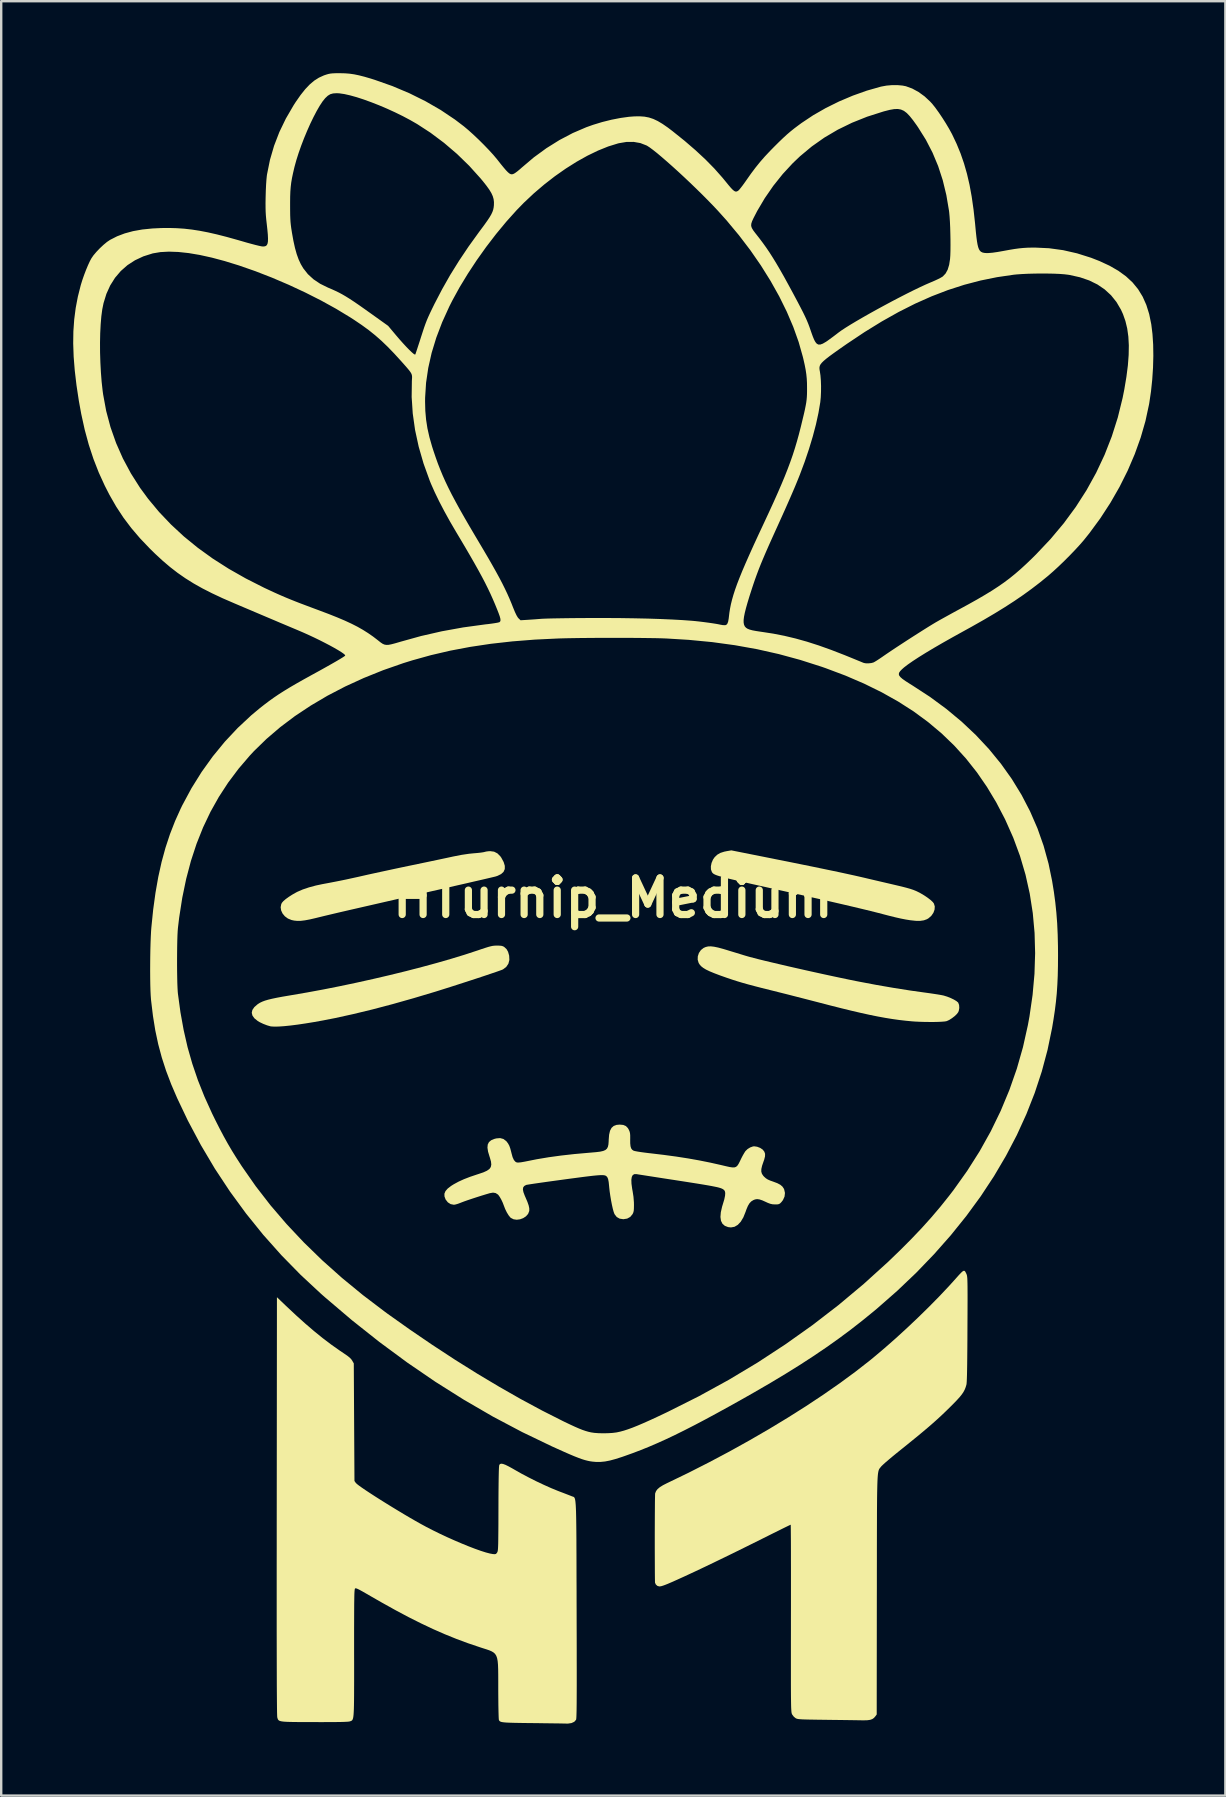
<source format=kicad_pcb>
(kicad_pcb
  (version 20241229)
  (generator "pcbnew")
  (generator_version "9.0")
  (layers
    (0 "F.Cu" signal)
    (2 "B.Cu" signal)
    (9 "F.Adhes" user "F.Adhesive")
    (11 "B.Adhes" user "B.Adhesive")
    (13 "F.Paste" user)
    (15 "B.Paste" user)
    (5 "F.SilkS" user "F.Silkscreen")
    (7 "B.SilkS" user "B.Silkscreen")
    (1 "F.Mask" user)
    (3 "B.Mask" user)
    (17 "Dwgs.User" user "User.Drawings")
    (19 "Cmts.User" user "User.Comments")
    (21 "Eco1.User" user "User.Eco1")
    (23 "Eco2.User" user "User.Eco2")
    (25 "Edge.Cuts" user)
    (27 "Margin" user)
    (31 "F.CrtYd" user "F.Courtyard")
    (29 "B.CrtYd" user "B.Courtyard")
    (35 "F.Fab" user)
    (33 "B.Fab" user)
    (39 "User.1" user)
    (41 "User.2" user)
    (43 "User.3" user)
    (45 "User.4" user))
  (footprint "HTurnip_Medium"
    (layer "F.Cu")
    (at 22.488 34.362)
    (property "Reference" "HTurnip_Medium" (at 0 0 0) (layer "F.SilkS") (effects (font (size 1.524 1.524) (thickness 0.3))))
    (attr board_only exclude_from_pos_files exclude_from_bom)
    (fp_poly (pts (xy -4.713 1.987) (xy -4.633 1.997) (xy -4.573 2.017) (xy -4.523 2.048) (xy -4.433 2.132) (xy -4.37 2.244) (xy -4.327 2.395) (xy -4.324 2.412) (xy -4.316 2.585) (xy -4.357 2.74) (xy -4.445 2.871) (xy -4.578 2.973) (xy -4.595 2.982) (xy -4.644 3.002) (xy -4.739 3.036) (xy -4.875 3.084) (xy -5.047 3.142) (xy -5.247 3.21) (xy -5.472 3.285) (xy -5.714 3.365) (xy -5.969 3.448) (xy -6.231 3.533) (xy -6.494 3.618) (xy -6.752 3.701) (xy -6.999 3.779) (xy -7.231 3.852) (xy -7.39 3.902) (xy -8.303 4.175) (xy -9.18 4.423) (xy -10.018 4.644) (xy -10.816 4.837) (xy -11.57 5.003) (xy -12.07 5.101) (xy -12.447 5.169) (xy -12.801 5.227) (xy -13.13 5.276) (xy -13.429 5.314) (xy -13.693 5.341) (xy -13.919 5.357) (xy -14.101 5.361) (xy -14.236 5.353) (xy -14.274 5.347) (xy -14.414 5.306) (xy -14.572 5.245) (xy -14.72 5.174) (xy -14.8 5.126) (xy -14.937 5.016) (xy -15.02 4.901) (xy -15.049 4.784) (xy -15.023 4.666) (xy -14.942 4.548) (xy -14.807 4.43) (xy -14.785 4.415) (xy -14.705 4.365) (xy -14.613 4.321) (xy -14.502 4.279) (xy -14.367 4.239) (xy -14.203 4.199) (xy -14.003 4.157) (xy -13.762 4.112) (xy -13.473 4.063) (xy -13.402 4.051) (xy -12.746 3.938) (xy -12.069 3.813) (xy -11.379 3.676) (xy -10.682 3.529) (xy -9.985 3.374) (xy -9.295 3.213) (xy -8.619 3.047) (xy -7.963 2.877) (xy -7.334 2.706) (xy -6.74 2.535) (xy -6.186 2.366) (xy -5.68 2.2) (xy -5.666 2.196) (xy -5.467 2.128) (xy -5.311 2.077) (xy -5.19 2.039) (xy -5.094 2.014) (xy -5.015 1.997) (xy -4.945 1.989) (xy -4.875 1.985) (xy -4.831 1.985)) (stroke (width 0) (type solid)) (fill yes) (layer "F.SilkS"))
    (fp_poly (pts (xy 6.277 -1.715) (xy 6.875 -1.595) (xy 7.421 -1.486) (xy 7.92 -1.385) (xy 8.372 -1.293) (xy 8.782 -1.208) (xy 9.152 -1.131) (xy 9.485 -1.061) (xy 9.783 -0.996) (xy 10.049 -0.938) (xy 10.286 -0.884) (xy 10.456 -0.845) (xy 10.692 -0.789) (xy 10.957 -0.727) (xy 11.23 -0.663) (xy 11.493 -0.602) (xy 11.727 -0.547) (xy 11.791 -0.532) (xy 12.031 -0.475) (xy 12.226 -0.425) (xy 12.384 -0.38) (xy 12.513 -0.337) (xy 12.622 -0.293) (xy 12.664 -0.274) (xy 12.818 -0.195) (xy 12.971 -0.104) (xy 13.113 -0.008) (xy 13.235 0.086) (xy 13.325 0.17) (xy 13.371 0.231) (xy 13.408 0.353) (xy 13.399 0.487) (xy 13.35 0.62) (xy 13.264 0.744) (xy 13.147 0.847) (xy 13.078 0.887) (xy 12.953 0.932) (xy 12.803 0.954) (xy 12.619 0.953) (xy 12.394 0.929) (xy 12.385 0.928) (xy 12.199 0.898) (xy 11.998 0.859) (xy 11.773 0.808) (xy 11.514 0.744) (xy 11.325 0.695) (xy 11.046 0.622) (xy 10.733 0.543) (xy 10.382 0.458) (xy 9.993 0.365) (xy 9.561 0.264) (xy 9.085 0.154) (xy 8.562 0.036) (xy 7.991 -0.092) (xy 7.472 -0.207) (xy 6.988 -0.315) (xy 6.554 -0.411) (xy 6.168 -0.497) (xy 5.826 -0.573) (xy 5.527 -0.641) (xy 5.267 -0.7) (xy 5.042 -0.753) (xy 4.851 -0.798) (xy 4.691 -0.838) (xy 4.557 -0.873) (xy 4.449 -0.904) (xy 4.362 -0.931) (xy 4.294 -0.955) (xy 4.242 -0.978) (xy 4.203 -0.999) (xy 4.174 -1.019) (xy 4.152 -1.04) (xy 4.135 -1.061) (xy 4.123 -1.079) (xy 4.083 -1.186) (xy 4.079 -1.318) (xy 4.108 -1.46) (xy 4.167 -1.598) (xy 4.236 -1.698) (xy 4.345 -1.802) (xy 4.475 -1.877) (xy 4.638 -1.929) (xy 4.736 -1.949) (xy 4.932 -1.983)) (stroke (width 0) (type solid)) (fill yes) (layer "F.SilkS"))
    (fp_poly (pts (xy -4.952 -1.928) (xy -4.813 -1.857) (xy -4.693 -1.736) (xy -4.652 -1.678) (xy -4.554 -1.497) (xy -4.506 -1.339) (xy -4.507 -1.203) (xy -4.558 -1.089) (xy -4.66 -0.995) (xy -4.812 -0.92) (xy -4.899 -0.892) (xy -4.946 -0.881) (xy -5.043 -0.858) (xy -5.186 -0.824) (xy -5.37 -0.781) (xy -5.594 -0.729) (xy -5.852 -0.67) (xy -6.14 -0.603) (xy -6.457 -0.531) (xy -6.797 -0.453) (xy -7.156 -0.37) (xy -7.532 -0.285) (xy -7.869 -0.208) (xy -8.407 -0.085) (xy -8.895 0.026) (xy -9.336 0.127) (xy -9.733 0.218) (xy -10.09 0.3) (xy -10.41 0.373) (xy -10.696 0.439) (xy -10.951 0.497) (xy -11.179 0.55) (xy -11.383 0.597) (xy -11.565 0.64) (xy -11.73 0.679) (xy -11.881 0.715) (xy -12.02 0.748) (xy -12.151 0.78) (xy -12.278 0.811) (xy -12.383 0.837) (xy -12.628 0.894) (xy -12.831 0.932) (xy -13.002 0.953) (xy -13.149 0.956) (xy -13.281 0.943) (xy -13.392 0.919) (xy -13.544 0.857) (xy -13.67 0.764) (xy -13.765 0.649) (xy -13.825 0.52) (xy -13.845 0.386) (xy -13.82 0.257) (xy -13.792 0.201) (xy -13.732 0.132) (xy -13.634 0.047) (xy -13.505 -0.046) (xy -13.357 -0.141) (xy -13.201 -0.229) (xy -13.145 -0.258) (xy -12.926 -0.353) (xy -12.665 -0.441) (xy -12.376 -0.519) (xy -12.112 -0.575) (xy -11.823 -0.629) (xy -11.57 -0.678) (xy -11.337 -0.724) (xy -11.11 -0.771) (xy -10.872 -0.823) (xy -10.607 -0.881) (xy -10.388 -0.931) (xy -10.198 -0.974) (xy -9.965 -1.025) (xy -9.699 -1.083) (xy -9.41 -1.145) (xy -9.109 -1.21) (xy -8.807 -1.274) (xy -8.512 -1.336) (xy -8.404 -1.358) (xy -8.128 -1.416) (xy -7.849 -1.474) (xy -7.577 -1.531) (xy -7.32 -1.585) (xy -7.085 -1.635) (xy -6.883 -1.678) (xy -6.721 -1.713) (xy -6.651 -1.728) (xy -6.309 -1.795) (xy -6 -1.841) (xy -5.786 -1.862) (xy -5.644 -1.874) (xy -5.515 -1.888) (xy -5.413 -1.903) (xy -5.351 -1.916) (xy -5.348 -1.918) (xy -5.275 -1.935) (xy -5.176 -1.947) (xy -5.113 -1.95)) (stroke (width 0) (type solid)) (fill yes) (layer "F.SilkS"))
    (fp_poly (pts (xy 4.216 2.032) (xy 4.384 2.067) (xy 4.591 2.123) (xy 4.721 2.162) (xy 4.907 2.219) (xy 5.108 2.28) (xy 5.304 2.34) (xy 5.476 2.393) (xy 5.543 2.413) (xy 5.679 2.452) (xy 5.864 2.501) (xy 6.091 2.559) (xy 6.355 2.624) (xy 6.651 2.694) (xy 6.973 2.77) (xy 7.315 2.85) (xy 7.671 2.931) (xy 8.037 3.014) (xy 8.407 3.096) (xy 8.775 3.177) (xy 9.136 3.255) (xy 9.484 3.329) (xy 9.813 3.398) (xy 10.118 3.46) (xy 10.251 3.486) (xy 10.974 3.623) (xy 11.691 3.747) (xy 12.388 3.857) (xy 12.987 3.941) (xy 13.178 3.967) (xy 13.361 3.994) (xy 13.525 4.019) (xy 13.659 4.042) (xy 13.755 4.061) (xy 13.781 4.067) (xy 13.926 4.112) (xy 14.07 4.169) (xy 14.201 4.232) (xy 14.307 4.295) (xy 14.375 4.351) (xy 14.385 4.364) (xy 14.421 4.461) (xy 14.429 4.582) (xy 14.408 4.702) (xy 14.385 4.759) (xy 14.327 4.837) (xy 14.235 4.925) (xy 14.123 5.011) (xy 14.008 5.084) (xy 13.905 5.131) (xy 13.904 5.131) (xy 13.832 5.145) (xy 13.715 5.155) (xy 13.562 5.163) (xy 13.383 5.167) (xy 13.187 5.167) (xy 12.983 5.165) (xy 12.781 5.159) (xy 12.591 5.15) (xy 12.467 5.141) (xy 12.194 5.115) (xy 11.918 5.083) (xy 11.635 5.043) (xy 11.34 4.995) (xy 11.028 4.938) (xy 10.693 4.87) (xy 10.33 4.79) (xy 9.935 4.698) (xy 9.502 4.592) (xy 9.027 4.472) (xy 8.567 4.352) (xy 8.28 4.278) (xy 7.959 4.195) (xy 7.619 4.108) (xy 7.277 4.02) (xy 6.949 3.938) (xy 6.651 3.863) (xy 6.542 3.836) (xy 6.198 3.75) (xy 5.899 3.673) (xy 5.636 3.603) (xy 5.398 3.536) (xy 5.178 3.47) (xy 4.966 3.402) (xy 4.753 3.33) (xy 4.529 3.251) (xy 4.461 3.227) (xy 4.221 3.136) (xy 4.028 3.056) (xy 3.876 2.983) (xy 3.759 2.912) (xy 3.671 2.842) (xy 3.607 2.767) (xy 3.57 2.707) (xy 3.53 2.573) (xy 3.535 2.431) (xy 3.581 2.292) (xy 3.664 2.171) (xy 3.775 2.083) (xy 3.866 2.043) (xy 3.964 2.02) (xy 4.079 2.016)) (stroke (width 0) (type solid)) (fill yes) (layer "F.SilkS"))
    (fp_poly (pts (xy 14.647 15.536) (xy 14.678 15.568) (xy 14.708 15.625) (xy 14.73 15.673) (xy 14.739 15.696) (xy 14.747 15.723) (xy 14.753 15.757) (xy 14.759 15.804) (xy 14.764 15.865) (xy 14.767 15.945) (xy 14.77 16.048) (xy 14.772 16.177) (xy 14.773 16.337) (xy 14.774 16.53) (xy 14.774 16.761) (xy 14.773 17.033) (xy 14.772 17.35) (xy 14.77 17.715) (xy 14.769 17.973) (xy 14.767 18.411) (xy 14.764 18.797) (xy 14.761 19.133) (xy 14.758 19.421) (xy 14.754 19.664) (xy 14.75 19.863) (xy 14.745 20.021) (xy 14.74 20.141) (xy 14.734 20.225) (xy 14.727 20.274) (xy 14.726 20.281) (xy 14.693 20.389) (xy 14.654 20.487) (xy 14.604 20.582) (xy 14.538 20.68) (xy 14.451 20.789) (xy 14.337 20.915) (xy 14.193 21.065) (xy 14.032 21.226) (xy 13.859 21.395) (xy 13.687 21.559) (xy 13.51 21.722) (xy 13.323 21.889) (xy 13.12 22.065) (xy 12.897 22.253) (xy 12.647 22.46) (xy 12.365 22.689) (xy 12.047 22.946) (xy 11.96 23.016) (xy 11.786 23.156) (xy 11.623 23.29) (xy 11.477 23.413) (xy 11.352 23.52) (xy 11.256 23.607) (xy 11.193 23.667) (xy 11.176 23.686) (xy 11.155 23.713) (xy 11.135 23.736) (xy 11.117 23.758) (xy 11.101 23.781) (xy 11.086 23.808) (xy 11.073 23.841) (xy 11.061 23.882) (xy 11.051 23.933) (xy 11.041 23.998) (xy 11.033 24.079) (xy 11.026 24.177) (xy 11.02 24.296) (xy 11.015 24.437) (xy 11.011 24.604) (xy 11.007 24.797) (xy 11.004 25.021) (xy 11.002 25.277) (xy 11 25.568) (xy 10.999 25.895) (xy 10.998 26.262) (xy 10.997 26.671) (xy 10.996 27.124) (xy 10.996 27.623) (xy 10.995 28.171) (xy 10.995 28.771) (xy 10.994 29.048) (xy 10.989 34.018) (xy 10.933 34.095) (xy 10.873 34.164) (xy 10.803 34.212) (xy 10.714 34.243) (xy 10.595 34.259) (xy 10.436 34.263) (xy 10.36 34.262) (xy 10.26 34.26) (xy 10.113 34.258) (xy 9.928 34.255) (xy 9.711 34.252) (xy 9.472 34.249) (xy 9.217 34.246) (xy 8.956 34.243) (xy 8.868 34.241) (xy 8.584 34.238) (xy 8.35 34.234) (xy 8.16 34.231) (xy 8.009 34.227) (xy 7.892 34.223) (xy 7.803 34.217) (xy 7.737 34.211) (xy 7.689 34.203) (xy 7.654 34.193) (xy 7.626 34.181) (xy 7.609 34.172) (xy 7.533 34.109) (xy 7.47 34.026) (xy 7.462 34.011) (xy 7.455 33.995) (xy 7.448 33.976) (xy 7.442 33.951) (xy 7.437 33.917) (xy 7.433 33.872) (xy 7.429 33.813) (xy 7.425 33.737) (xy 7.422 33.641) (xy 7.42 33.523) (xy 7.418 33.381) (xy 7.416 33.21) (xy 7.415 33.009) (xy 7.414 32.775) (xy 7.414 32.505) (xy 7.414 32.197) (xy 7.414 31.847) (xy 7.414 31.453) (xy 7.414 31.012) (xy 7.415 30.522) (xy 7.415 30.009) (xy 7.416 29.552) (xy 7.416 29.11) (xy 7.416 28.686) (xy 7.416 28.284) (xy 7.416 27.906) (xy 7.415 27.556) (xy 7.415 27.236) (xy 7.414 26.95) (xy 7.413 26.701) (xy 7.411 26.491) (xy 7.41 26.324) (xy 7.408 26.204) (xy 7.407 26.132) (xy 7.405 26.112) (xy 7.378 26.124) (xy 7.307 26.158) (xy 7.197 26.211) (xy 7.053 26.282) (xy 6.879 26.369) (xy 6.68 26.467) (xy 6.462 26.576) (xy 6.236 26.689) (xy 5.586 27.012) (xy 4.974 27.314) (xy 4.402 27.592) (xy 3.873 27.847) (xy 3.387 28.077) (xy 2.947 28.281) (xy 2.872 28.315) (xy 2.638 28.421) (xy 2.447 28.506) (xy 2.294 28.572) (xy 2.174 28.62) (xy 2.082 28.653) (xy 2.011 28.674) (xy 1.956 28.683) (xy 1.929 28.684) (xy 1.85 28.661) (xy 1.785 28.602) (xy 1.752 28.527) (xy 1.751 28.513) (xy 1.748 28.337) (xy 1.746 28.128) (xy 1.745 27.892) (xy 1.744 27.635) (xy 1.743 27.362) (xy 1.742 27.079) (xy 1.742 26.79) (xy 1.742 26.502) (xy 1.743 26.219) (xy 1.744 25.947) (xy 1.745 25.692) (xy 1.747 25.458) (xy 1.748 25.252) (xy 1.75 25.078) (xy 1.753 24.942) (xy 1.755 24.849) (xy 1.758 24.806) (xy 1.759 24.804) (xy 1.795 24.713) (xy 1.856 24.631) (xy 1.95 24.551) (xy 2.083 24.468) (xy 2.261 24.377) (xy 2.281 24.368) (xy 3.147 23.949) (xy 4.006 23.512) (xy 4.854 23.062) (xy 5.687 22.599) (xy 6.5 22.128) (xy 7.288 21.651) (xy 8.047 21.171) (xy 8.772 20.69) (xy 9.458 20.212) (xy 10.101 19.739) (xy 10.697 19.274) (xy 10.844 19.154) (xy 11.297 18.772) (xy 11.764 18.362) (xy 12.235 17.932) (xy 12.703 17.489) (xy 13.158 17.044) (xy 13.592 16.603) (xy 13.995 16.176) (xy 14.282 15.858) (xy 14.403 15.722) (xy 14.495 15.624) (xy 14.562 15.562) (xy 14.61 15.534)) (stroke (width 0) (type solid)) (fill yes) (layer "F.SilkS"))
    (fp_poly (pts (xy -13.631 16.987) (xy -13.214 17.378) (xy -12.824 17.729) (xy -12.453 18.047) (xy -12.097 18.336) (xy -11.748 18.601) (xy -11.4 18.847) (xy -11.207 18.977) (xy -11.07 19.071) (xy -10.973 19.148) (xy -10.906 19.216) (xy -10.865 19.275) (xy -10.798 19.392) (xy -10.784 21.842) (xy -10.77 24.291) (xy -10.711 24.374) (xy -10.666 24.417) (xy -10.579 24.485) (xy -10.454 24.574) (xy -10.297 24.681) (xy -10.112 24.803) (xy -9.904 24.938) (xy -9.678 25.081) (xy -9.44 25.23) (xy -9.193 25.382) (xy -8.943 25.534) (xy -8.695 25.683) (xy -8.454 25.825) (xy -8.225 25.957) (xy -8.012 26.077) (xy -7.82 26.181) (xy -7.803 26.191) (xy -7.516 26.339) (xy -7.217 26.486) (xy -6.913 26.629) (xy -6.608 26.765) (xy -6.309 26.893) (xy -6.023 27.01) (xy -5.755 27.113) (xy -5.511 27.2) (xy -5.298 27.268) (xy -5.123 27.314) (xy -5.006 27.335) (xy -4.926 27.341) (xy -4.878 27.331) (xy -4.843 27.296) (xy -4.827 27.273) (xy -4.817 27.255) (xy -4.808 27.232) (xy -4.8 27.2) (xy -4.794 27.154) (xy -4.789 27.091) (xy -4.785 27.007) (xy -4.781 26.897) (xy -4.779 26.757) (xy -4.777 26.583) (xy -4.775 26.372) (xy -4.773 26.118) (xy -4.772 25.818) (xy -4.771 25.468) (xy -4.771 25.437) (xy -4.77 25.049) (xy -4.768 24.713) (xy -4.765 24.427) (xy -4.762 24.189) (xy -4.758 23.995) (xy -4.754 23.844) (xy -4.749 23.734) (xy -4.743 23.661) (xy -4.736 23.623) (xy -4.734 23.619) (xy -4.702 23.583) (xy -4.652 23.57) (xy -4.579 23.581) (xy -4.479 23.618) (xy -4.347 23.683) (xy -4.176 23.777) (xy -4.09 23.827) (xy -3.815 23.983) (xy -3.512 24.143) (xy -3.195 24.303) (xy -2.877 24.453) (xy -2.573 24.589) (xy -2.297 24.702) (xy -2.231 24.728) (xy -2.082 24.784) (xy -1.943 24.838) (xy -1.826 24.883) (xy -1.742 24.916) (xy -1.716 24.927) (xy -1.692 24.936) (xy -1.67 24.942) (xy -1.65 24.949) (xy -1.632 24.958) (xy -1.616 24.972) (xy -1.601 24.993) (xy -1.588 25.025) (xy -1.577 25.068) (xy -1.567 25.126) (xy -1.559 25.202) (xy -1.551 25.297) (xy -1.545 25.414) (xy -1.539 25.556) (xy -1.535 25.724) (xy -1.531 25.922) (xy -1.528 26.152) (xy -1.525 26.417) (xy -1.523 26.718) (xy -1.522 27.058) (xy -1.52 27.439) (xy -1.519 27.865) (xy -1.518 28.338) (xy -1.516 28.859) (xy -1.515 29.432) (xy -1.514 29.654) (xy -1.513 30.251) (xy -1.511 30.796) (xy -1.51 31.291) (xy -1.51 31.738) (xy -1.509 32.139) (xy -1.509 32.497) (xy -1.509 32.814) (xy -1.51 33.092) (xy -1.511 33.333) (xy -1.512 33.541) (xy -1.514 33.716) (xy -1.516 33.862) (xy -1.519 33.98) (xy -1.522 34.074) (xy -1.525 34.144) (xy -1.529 34.194) (xy -1.534 34.226) (xy -1.538 34.241) (xy -1.612 34.324) (xy -1.728 34.377) (xy -1.877 34.399) (xy -1.93 34.399) (xy -1.991 34.397) (xy -2.1 34.395) (xy -2.252 34.392) (xy -2.439 34.39) (xy -2.655 34.387) (xy -2.895 34.384) (xy -3.15 34.38) (xy -3.353 34.378) (xy -3.659 34.375) (xy -3.915 34.371) (xy -4.125 34.367) (xy -4.295 34.362) (xy -4.429 34.356) (xy -4.532 34.348) (xy -4.608 34.338) (xy -4.663 34.326) (xy -4.7 34.31) (xy -4.725 34.291) (xy -4.742 34.268) (xy -4.752 34.248) (xy -4.757 34.212) (xy -4.762 34.126) (xy -4.766 33.997) (xy -4.77 33.83) (xy -4.774 33.632) (xy -4.776 33.407) (xy -4.778 33.162) (xy -4.779 32.951) (xy -4.779 32.63) (xy -4.78 32.358) (xy -4.783 32.131) (xy -4.79 31.944) (xy -4.804 31.793) (xy -4.827 31.671) (xy -4.861 31.575) (xy -4.908 31.5) (xy -4.97 31.44) (xy -5.05 31.391) (xy -5.15 31.347) (xy -5.272 31.305) (xy -5.418 31.259) (xy -5.55 31.216) (xy -6.041 31.05) (xy -6.525 30.87) (xy -7.009 30.674) (xy -7.499 30.459) (xy -8 30.222) (xy -8.52 29.961) (xy -9.064 29.671) (xy -9.639 29.351) (xy -10.096 29.089) (xy -10.284 28.98) (xy -10.431 28.896) (xy -10.542 28.835) (xy -10.623 28.794) (xy -10.678 28.771) (xy -10.715 28.762) (xy -10.738 28.766) (xy -10.747 28.772) (xy -10.753 28.785) (xy -10.759 28.81) (xy -10.764 28.852) (xy -10.769 28.914) (xy -10.773 28.997) (xy -10.776 29.107) (xy -10.778 29.245) (xy -10.781 29.414) (xy -10.782 29.619) (xy -10.783 29.862) (xy -10.784 30.146) (xy -10.785 30.474) (xy -10.785 30.849) (xy -10.785 31.275) (xy -10.785 31.444) (xy -10.784 31.896) (xy -10.784 32.297) (xy -10.784 32.65) (xy -10.785 32.957) (xy -10.786 33.222) (xy -10.788 33.449) (xy -10.791 33.64) (xy -10.795 33.798) (xy -10.801 33.928) (xy -10.808 34.031) (xy -10.817 34.111) (xy -10.828 34.172) (xy -10.842 34.216) (xy -10.857 34.247) (xy -10.875 34.268) (xy -10.896 34.282) (xy -10.92 34.292) (xy -10.947 34.302) (xy -10.954 34.305) (xy -10.989 34.313) (xy -11.05 34.32) (xy -11.14 34.325) (xy -11.263 34.33) (xy -11.423 34.333) (xy -11.624 34.335) (xy -11.869 34.336) (xy -12.162 34.337) (xy -12.43 34.336) (xy -12.754 34.335) (xy -13.028 34.335) (xy -13.257 34.333) (xy -13.443 34.33) (xy -13.593 34.325) (xy -13.709 34.318) (xy -13.798 34.307) (xy -13.863 34.293) (xy -13.908 34.275) (xy -13.938 34.252) (xy -13.958 34.224) (xy -13.971 34.19) (xy -13.983 34.15) (xy -13.986 34.138) (xy -13.989 34.108) (xy -13.992 34.04) (xy -13.995 33.933) (xy -13.997 33.786) (xy -13.999 33.598) (xy -14.001 33.369) (xy -14.003 33.097) (xy -14.005 32.781) (xy -14.006 32.421) (xy -14.007 32.016) (xy -14.008 31.565) (xy -14.009 31.067) (xy -14.01 30.521) (xy -14.01 29.927) (xy -14.01 29.283) (xy -14.01 28.588) (xy -14.01 27.843) (xy -14.009 27.045) (xy -14.009 26.194) (xy -14.008 25.335) (xy -14 16.634)) (stroke (width 0) (type solid)) (fill yes) (layer "F.SilkS"))
    (fp_poly (pts (xy 0.43 9.457) (xy 0.539 9.503) (xy 0.622 9.588) (xy 0.663 9.661) (xy 0.692 9.729) (xy 0.71 9.798) (xy 0.718 9.884) (xy 0.719 10.003) (xy 0.718 10.059) (xy 0.719 10.225) (xy 0.732 10.346) (xy 0.758 10.432) (xy 0.801 10.49) (xy 0.854 10.527) (xy 0.909 10.544) (xy 1.011 10.564) (xy 1.155 10.587) (xy 1.332 10.611) (xy 1.536 10.636) (xy 1.542 10.636) (xy 2.111 10.704) (xy 2.637 10.775) (xy 3.131 10.852) (xy 3.603 10.936) (xy 4.064 11.029) (xy 4.509 11.129) (xy 4.707 11.176) (xy 4.86 11.21) (xy 4.976 11.227) (xy 5.062 11.226) (xy 5.128 11.203) (xy 5.182 11.156) (xy 5.232 11.082) (xy 5.286 10.977) (xy 5.35 10.843) (xy 5.407 10.733) (xy 5.467 10.629) (xy 5.517 10.551) (xy 5.522 10.545) (xy 5.609 10.461) (xy 5.719 10.393) (xy 5.832 10.353) (xy 5.882 10.347) (xy 6.007 10.365) (xy 6.135 10.414) (xy 6.238 10.484) (xy 6.243 10.489) (xy 6.307 10.571) (xy 6.338 10.66) (xy 6.335 10.767) (xy 6.301 10.903) (xy 6.272 10.984) (xy 6.213 11.157) (xy 6.182 11.293) (xy 6.18 11.402) (xy 6.207 11.493) (xy 6.264 11.578) (xy 6.302 11.618) (xy 6.372 11.68) (xy 6.45 11.73) (xy 6.551 11.775) (xy 6.679 11.82) (xy 6.849 11.884) (xy 6.973 11.95) (xy 7.061 12.025) (xy 7.121 12.114) (xy 7.133 12.142) (xy 7.166 12.29) (xy 7.149 12.441) (xy 7.083 12.587) (xy 7.021 12.668) (xy 6.967 12.723) (xy 6.919 12.753) (xy 6.859 12.766) (xy 6.765 12.768) (xy 6.756 12.768) (xy 6.651 12.763) (xy 6.558 12.743) (xy 6.455 12.705) (xy 6.377 12.669) (xy 6.224 12.6) (xy 6.104 12.56) (xy 6.006 12.547) (xy 5.919 12.561) (xy 5.849 12.589) (xy 5.76 12.644) (xy 5.687 12.722) (xy 5.622 12.831) (xy 5.559 12.98) (xy 5.526 13.075) (xy 5.433 13.307) (xy 5.324 13.489) (xy 5.201 13.62) (xy 5.065 13.7) (xy 4.916 13.727) (xy 4.797 13.713) (xy 4.66 13.66) (xy 4.561 13.572) (xy 4.5 13.45) (xy 4.478 13.291) (xy 4.494 13.095) (xy 4.547 12.861) (xy 4.579 12.757) (xy 4.638 12.56) (xy 4.67 12.406) (xy 4.678 12.291) (xy 4.66 12.211) (xy 4.631 12.172) (xy 4.605 12.149) (xy 4.575 12.129) (xy 4.537 12.109) (xy 4.487 12.09) (xy 4.423 12.07) (xy 4.34 12.049) (xy 4.234 12.027) (xy 4.103 12.001) (xy 3.941 11.972) (xy 3.746 11.939) (xy 3.514 11.901) (xy 3.241 11.858) (xy 2.923 11.808) (xy 2.557 11.751) (xy 2.327 11.716) (xy 2.068 11.676) (xy 1.824 11.638) (xy 1.599 11.603) (xy 1.4 11.572) (xy 1.233 11.546) (xy 1.103 11.526) (xy 1.016 11.512) (xy 0.982 11.506) (xy 0.891 11.507) (xy 0.825 11.545) (xy 0.784 11.624) (xy 0.766 11.744) (xy 0.772 11.909) (xy 0.801 12.121) (xy 0.821 12.229) (xy 0.855 12.451) (xy 0.873 12.683) (xy 0.875 12.79) (xy 0.873 12.925) (xy 0.867 13.02) (xy 0.853 13.09) (xy 0.829 13.148) (xy 0.814 13.176) (xy 0.72 13.289) (xy 0.593 13.359) (xy 0.436 13.384) (xy 0.428 13.384) (xy 0.278 13.361) (xy 0.158 13.293) (xy 0.069 13.179) (xy 0.058 13.157) (xy 0.027 13.071) (xy -0.008 12.942) (xy -0.044 12.781) (xy -0.079 12.6) (xy -0.111 12.409) (xy -0.138 12.222) (xy -0.157 12.048) (xy -0.16 12.01) (xy -0.178 11.836) (xy -0.202 11.713) (xy -0.228 11.649) (xy -0.249 11.619) (xy -0.272 11.594) (xy -0.3 11.574) (xy -0.339 11.559) (xy -0.392 11.55) (xy -0.464 11.547) (xy -0.558 11.55) (xy -0.68 11.559) (xy -0.832 11.574) (xy -1.02 11.596) (xy -1.248 11.624) (xy -1.519 11.66) (xy -1.838 11.702) (xy -2.015 11.726) (xy -2.3 11.765) (xy -2.571 11.802) (xy -2.822 11.837) (xy -3.047 11.869) (xy -3.242 11.897) (xy -3.402 11.921) (xy -3.522 11.94) (xy -3.595 11.952) (xy -3.617 11.957) (xy -3.696 12.001) (xy -3.741 12.061) (xy -3.752 12.145) (xy -3.73 12.258) (xy -3.674 12.407) (xy -3.644 12.475) (xy -3.564 12.662) (xy -3.512 12.811) (xy -3.487 12.93) (xy -3.486 13.026) (xy -3.489 13.046) (xy -3.536 13.164) (xy -3.624 13.264) (xy -3.74 13.34) (xy -3.872 13.389) (xy -4.009 13.406) (xy -4.14 13.388) (xy -4.252 13.331) (xy -4.274 13.313) (xy -4.345 13.226) (xy -4.421 13.103) (xy -4.49 12.962) (xy -4.544 12.823) (xy -4.59 12.701) (xy -4.649 12.575) (xy -4.713 12.462) (xy -4.772 12.378) (xy -4.794 12.355) (xy -4.888 12.295) (xy -4.997 12.277) (xy -5.132 12.3) (xy -5.135 12.301) (xy -5.298 12.349) (xy -5.481 12.405) (xy -5.673 12.466) (xy -5.863 12.528) (xy -6.039 12.587) (xy -6.19 12.64) (xy -6.304 12.683) (xy -6.342 12.698) (xy -6.45 12.739) (xy -6.55 12.769) (xy -6.624 12.782) (xy -6.629 12.782) (xy -6.763 12.756) (xy -6.879 12.682) (xy -6.97 12.566) (xy -6.976 12.554) (xy -7.02 12.433) (xy -7.022 12.321) (xy -6.978 12.214) (xy -6.886 12.108) (xy -6.744 11.998) (xy -6.634 11.929) (xy -6.434 11.82) (xy -6.21 11.718) (xy -5.952 11.618) (xy -5.652 11.517) (xy -5.596 11.499) (xy -5.398 11.432) (xy -5.251 11.365) (xy -5.149 11.294) (xy -5.09 11.21) (xy -5.069 11.108) (xy -5.082 10.982) (xy -5.126 10.825) (xy -5.143 10.773) (xy -5.204 10.569) (xy -5.229 10.404) (xy -5.217 10.273) (xy -5.166 10.172) (xy -5.075 10.095) (xy -4.941 10.039) (xy -4.859 10.018) (xy -4.701 10.005) (xy -4.563 10.042) (xy -4.447 10.13) (xy -4.436 10.142) (xy -4.371 10.228) (xy -4.319 10.323) (xy -4.277 10.441) (xy -4.236 10.597) (xy -4.229 10.627) (xy -4.182 10.799) (xy -4.126 10.92) (xy -4.06 10.994) (xy -4.004 11.021) (xy -3.937 11.024) (xy -3.828 11.013) (xy -3.687 10.988) (xy -3.64 10.979) (xy -3.169 10.885) (xy -2.679 10.803) (xy -2.162 10.732) (xy -1.609 10.67) (xy -1.012 10.617) (xy -0.93 10.61) (xy -0.709 10.591) (xy -0.537 10.57) (xy -0.408 10.541) (xy -0.314 10.501) (xy -0.251 10.445) (xy -0.211 10.369) (xy -0.189 10.269) (xy -0.179 10.139) (xy -0.177 10.074) (xy -0.16 9.863) (xy -0.122 9.699) (xy -0.059 9.579) (xy 0.031 9.499) (xy 0.15 9.455) (xy 0.283 9.443)) (stroke (width 0) (type solid)) (fill yes) (layer "F.SilkS"))
    (fp_poly (pts (xy -11.359 -34.362) (xy -11.161 -34.357) (xy -10.972 -34.342) (xy -10.783 -34.315) (xy -10.581 -34.273) (xy -10.357 -34.216) (xy -10.1 -34.141) (xy -9.923 -34.085) (xy -9.189 -33.826) (xy -8.485 -33.529) (xy -7.813 -33.196) (xy -7.178 -32.83) (xy -6.583 -32.431) (xy -6.215 -32.151) (xy -6.023 -31.99) (xy -5.812 -31.8) (xy -5.593 -31.593) (xy -5.376 -31.377) (xy -5.17 -31.163) (xy -4.986 -30.962) (xy -4.835 -30.782) (xy -4.821 -30.765) (xy -4.673 -30.577) (xy -4.552 -30.429) (xy -4.456 -30.317) (xy -4.378 -30.237) (xy -4.316 -30.185) (xy -4.262 -30.157) (xy -4.215 -30.149) (xy -4.167 -30.158) (xy -4.12 -30.178) (xy -4.063 -30.214) (xy -3.978 -30.277) (xy -3.879 -30.359) (xy -3.801 -30.428) (xy -3.298 -30.854) (xy -2.772 -31.238) (xy -2.229 -31.577) (xy -1.674 -31.869) (xy -1.111 -32.111) (xy -0.827 -32.212) (xy -0.447 -32.328) (xy -0.061 -32.424) (xy 0.314 -32.497) (xy 0.667 -32.546) (xy 0.892 -32.563) (xy 1.113 -32.566) (xy 1.313 -32.552) (xy 1.5 -32.516) (xy 1.682 -32.456) (xy 1.868 -32.368) (xy 2.067 -32.249) (xy 2.288 -32.096) (xy 2.481 -31.949) (xy 2.986 -31.544) (xy 3.442 -31.151) (xy 3.854 -30.768) (xy 4.225 -30.39) (xy 4.559 -30.013) (xy 4.689 -29.855) (xy 4.817 -29.698) (xy 4.917 -29.581) (xy 4.996 -29.5) (xy 5.059 -29.451) (xy 5.111 -29.43) (xy 5.158 -29.434) (xy 5.205 -29.457) (xy 5.223 -29.47) (xy 5.264 -29.511) (xy 5.327 -29.588) (xy 5.407 -29.692) (xy 5.495 -29.814) (xy 5.549 -29.891) (xy 5.751 -30.178) (xy 5.941 -30.431) (xy 6.129 -30.664) (xy 6.327 -30.891) (xy 6.548 -31.126) (xy 6.719 -31.3) (xy 6.918 -31.498) (xy 7.091 -31.664) (xy 7.248 -31.808) (xy 7.4 -31.938) (xy 7.556 -32.063) (xy 7.728 -32.192) (xy 7.855 -32.286) (xy 8.34 -32.609) (xy 8.865 -32.91) (xy 9.42 -33.185) (xy 9.994 -33.428) (xy 10.575 -33.635) (xy 11.151 -33.799) (xy 11.181 -33.806) (xy 11.393 -33.845) (xy 11.623 -33.865) (xy 11.853 -33.866) (xy 12.064 -33.847) (xy 12.205 -33.819) (xy 12.468 -33.723) (xy 12.731 -33.58) (xy 12.984 -33.396) (xy 13.218 -33.178) (xy 13.312 -33.074) (xy 13.439 -32.913) (xy 13.58 -32.717) (xy 13.728 -32.497) (xy 13.873 -32.268) (xy 14.007 -32.042) (xy 14.121 -31.833) (xy 14.133 -31.81) (xy 14.319 -31.417) (xy 14.483 -31.017) (xy 14.626 -30.603) (xy 14.75 -30.169) (xy 14.857 -29.708) (xy 14.947 -29.214) (xy 15.023 -28.68) (xy 15.087 -28.1) (xy 15.095 -28.014) (xy 15.12 -27.747) (xy 15.144 -27.529) (xy 15.167 -27.355) (xy 15.191 -27.219) (xy 15.217 -27.114) (xy 15.246 -27.036) (xy 15.279 -26.978) (xy 15.318 -26.936) (xy 15.337 -26.921) (xy 15.406 -26.888) (xy 15.505 -26.87) (xy 15.639 -26.869) (xy 15.811 -26.883) (xy 16.026 -26.914) (xy 16.258 -26.955) (xy 16.514 -27.002) (xy 16.73 -27.038) (xy 16.92 -27.064) (xy 17.096 -27.081) (xy 17.272 -27.092) (xy 17.461 -27.096) (xy 17.586 -27.097) (xy 18.166 -27.07) (xy 18.751 -26.99) (xy 19.336 -26.857) (xy 19.919 -26.673) (xy 20.272 -26.535) (xy 20.688 -26.342) (xy 21.055 -26.131) (xy 21.373 -25.9) (xy 21.647 -25.646) (xy 21.878 -25.364) (xy 22.069 -25.052) (xy 22.222 -24.708) (xy 22.341 -24.327) (xy 22.427 -23.906) (xy 22.429 -23.895) (xy 22.478 -23.495) (xy 22.507 -23.055) (xy 22.514 -22.585) (xy 22.501 -22.096) (xy 22.468 -21.598) (xy 22.416 -21.101) (xy 22.344 -20.616) (xy 22.333 -20.555) (xy 22.186 -19.872) (xy 21.987 -19.182) (xy 21.739 -18.491) (xy 21.445 -17.804) (xy 21.106 -17.127) (xy 20.725 -16.463) (xy 20.305 -15.817) (xy 19.848 -15.195) (xy 19.614 -14.903) (xy 19.449 -14.713) (xy 19.252 -14.499) (xy 19.033 -14.271) (xy 18.802 -14.04) (xy 18.571 -13.817) (xy 18.348 -13.612) (xy 18.145 -13.434) (xy 18.121 -13.414) (xy 17.788 -13.143) (xy 17.449 -12.883) (xy 17.097 -12.627) (xy 16.727 -12.374) (xy 16.333 -12.119) (xy 15.909 -11.858) (xy 15.449 -11.587) (xy 14.948 -11.303) (xy 14.602 -11.112) (xy 14.156 -10.865) (xy 13.745 -10.633) (xy 13.371 -10.416) (xy 13.037 -10.216) (xy 12.744 -10.034) (xy 12.493 -9.87) (xy 12.287 -9.727) (xy 12.128 -9.605) (xy 12.037 -9.524) (xy 11.968 -9.452) (xy 11.924 -9.389) (xy 11.909 -9.329) (xy 11.924 -9.269) (xy 11.974 -9.203) (xy 12.061 -9.127) (xy 12.188 -9.037) (xy 12.358 -8.928) (xy 12.48 -8.852) (xy 13.208 -8.378) (xy 13.892 -7.874) (xy 14.53 -7.343) (xy 15.122 -6.785) (xy 15.668 -6.2) (xy 16.167 -5.589) (xy 16.619 -4.954) (xy 17.023 -4.294) (xy 17.378 -3.61) (xy 17.685 -2.904) (xy 17.942 -2.175) (xy 18.149 -1.425) (xy 18.296 -0.712) (xy 18.37 -0.256) (xy 18.429 0.183) (xy 18.474 0.618) (xy 18.508 1.061) (xy 18.529 1.525) (xy 18.541 2.022) (xy 18.543 2.395) (xy 18.54 2.844) (xy 18.531 3.25) (xy 18.514 3.625) (xy 18.49 3.982) (xy 18.455 4.332) (xy 18.411 4.687) (xy 18.355 5.059) (xy 18.295 5.419) (xy 18.107 6.328) (xy 17.866 7.23) (xy 17.572 8.123) (xy 17.225 9.006) (xy 16.827 9.879) (xy 16.376 10.741) (xy 15.876 11.59) (xy 15.325 12.426) (xy 14.724 13.248) (xy 14.075 14.054) (xy 13.377 14.844) (xy 12.632 15.618) (xy 11.839 16.373) (xy 11 17.109) (xy 10.866 17.221) (xy 10.389 17.609) (xy 9.905 17.987) (xy 9.408 18.356) (xy 8.894 18.721) (xy 8.357 19.085) (xy 7.793 19.452) (xy 7.195 19.824) (xy 6.56 20.206) (xy 5.881 20.6) (xy 5.415 20.865) (xy 4.853 21.179) (xy 4.333 21.465) (xy 3.85 21.726) (xy 3.401 21.963) (xy 2.98 22.178) (xy 2.584 22.374) (xy 2.209 22.552) (xy 1.85 22.714) (xy 1.504 22.863) (xy 1.165 23) (xy 0.83 23.128) (xy 0.495 23.248) (xy 0.38 23.288) (xy 0.109 23.375) (xy -0.124 23.438) (xy -0.33 23.478) (xy -0.52 23.497) (xy -0.704 23.497) (xy -0.854 23.484) (xy -0.957 23.469) (xy -1.062 23.447) (xy -1.175 23.418) (xy -1.301 23.378) (xy -1.446 23.325) (xy -1.614 23.259) (xy -1.811 23.176) (xy -2.043 23.074) (xy -2.315 22.952) (xy -2.545 22.848) (xy -3.781 22.254) (xy -5.002 21.608) (xy -6.207 20.909) (xy -7.397 20.159) (xy -8.571 19.356) (xy -9.731 18.5) (xy -10.876 17.592) (xy -12.006 16.631) (xy -12.166 16.49) (xy -13.012 15.703) (xy -13.814 14.884) (xy -14.572 14.033) (xy -15.286 13.148) (xy -15.957 12.231) (xy -16.585 11.28) (xy -17.169 10.295) (xy -17.711 9.277) (xy -18.156 8.342) (xy -18.405 7.763) (xy -18.618 7.202) (xy -18.797 6.649) (xy -18.946 6.092) (xy -19.068 5.519) (xy -19.165 4.917) (xy -19.242 4.277) (xy -19.247 4.229) (xy -19.259 4.068) (xy -19.269 3.861) (xy -19.276 3.616) (xy -19.28 3.344) (xy -19.282 3.051) (xy -19.281 2.748) (xy -19.279 2.529) (xy -18.161 2.529) (xy -18.161 2.802) (xy -18.159 3.068) (xy -18.155 3.32) (xy -18.15 3.549) (xy -18.142 3.746) (xy -18.133 3.902) (xy -18.126 3.982) (xy -18.02 4.763) (xy -17.886 5.505) (xy -17.723 6.218) (xy -17.525 6.911) (xy -17.292 7.595) (xy -17.019 8.28) (xy -16.704 8.975) (xy -16.569 9.251) (xy -16.387 9.61) (xy -16.216 9.933) (xy -16.048 10.235) (xy -15.875 10.53) (xy -15.687 10.833) (xy -15.476 11.159) (xy -15.452 11.195) (xy -14.885 12.008) (xy -14.268 12.805) (xy -13.6 13.585) (xy -12.882 14.348) (xy -12.113 15.096) (xy -11.292 15.828) (xy -10.418 16.546) (xy -9.493 17.248) (xy -9.398 17.318) (xy -8.465 17.98) (xy -7.528 18.619) (xy -6.592 19.232) (xy -5.661 19.815) (xy -4.741 20.365) (xy -3.837 20.88) (xy -2.953 21.356) (xy -2.095 21.79) (xy -2.015 21.829) (xy -1.778 21.942) (xy -1.581 22.033) (xy -1.415 22.105) (xy -1.272 22.162) (xy -1.144 22.206) (xy -1.022 22.241) (xy -0.918 22.265) (xy -0.78 22.286) (xy -0.605 22.299) (xy -0.409 22.304) (xy -0.209 22.3) (xy -0.021 22.289) (xy 0.139 22.269) (xy 0.162 22.265) (xy 0.305 22.234) (xy 0.459 22.192) (xy 0.628 22.137) (xy 0.817 22.068) (xy 1.031 21.982) (xy 1.274 21.878) (xy 1.55 21.755) (xy 1.865 21.609) (xy 2.222 21.44) (xy 2.303 21.401) (xy 3.578 20.761) (xy 4.817 20.081) (xy 6.018 19.361) (xy 7.181 18.6) (xy 8.308 17.8) (xy 9.397 16.961) (xy 10.448 16.081) (xy 11.461 15.163) (xy 11.971 14.671) (xy 12.439 14.201) (xy 12.869 13.749) (xy 13.267 13.306) (xy 13.643 12.863) (xy 14.004 12.411) (xy 14.192 12.166) (xy 14.76 11.368) (xy 15.277 10.553) (xy 15.742 9.72) (xy 16.155 8.869) (xy 16.516 8.001) (xy 16.826 7.116) (xy 17.083 6.214) (xy 17.288 5.295) (xy 17.353 4.94) (xy 17.483 4.041) (xy 17.562 3.16) (xy 17.589 2.299) (xy 17.566 1.456) (xy 17.491 0.63) (xy 17.365 -0.179) (xy 17.188 -0.971) (xy 16.959 -1.748) (xy 16.678 -2.51) (xy 16.346 -3.257) (xy 16.326 -3.298) (xy 15.968 -3.983) (xy 15.58 -4.629) (xy 15.16 -5.238) (xy 14.706 -5.811) (xy 14.218 -6.349) (xy 13.693 -6.855) (xy 13.13 -7.328) (xy 12.528 -7.771) (xy 11.883 -8.184) (xy 11.195 -8.57) (xy 10.463 -8.93) (xy 9.684 -9.265) (xy 8.857 -9.576) (xy 8.69 -9.634) (xy 7.805 -9.917) (xy 6.912 -10.16) (xy 6.007 -10.364) (xy 5.082 -10.53) (xy 4.132 -10.66) (xy 3.15 -10.754) (xy 2.217 -10.811) (xy 2.024 -10.818) (xy 1.784 -10.824) (xy 1.503 -10.828) (xy 1.189 -10.832) (xy 0.849 -10.835) (xy 0.489 -10.837) (xy 0.118 -10.837) (xy -0.257 -10.837) (xy -0.63 -10.836) (xy -0.994 -10.833) (xy -1.341 -10.83) (xy -1.663 -10.825) (xy -1.955 -10.82) (xy -2.208 -10.813) (xy -2.272 -10.811) (xy -3.253 -10.764) (xy -4.19 -10.69) (xy -5.088 -10.589) (xy -5.949 -10.46) (xy -6.78 -10.303) (xy -7.583 -10.116) (xy -8.362 -9.899) (xy -8.732 -9.784) (xy -9.574 -9.49) (xy -10.383 -9.164) (xy -11.158 -8.809) (xy -11.896 -8.425) (xy -12.594 -8.013) (xy -13.252 -7.576) (xy -13.866 -7.113) (xy -14.434 -6.627) (xy -14.955 -6.12) (xy -15.129 -5.933) (xy -15.602 -5.38) (xy -16.032 -4.806) (xy -16.42 -4.21) (xy -16.769 -3.588) (xy -17.078 -2.938) (xy -17.349 -2.257) (xy -17.583 -1.544) (xy -17.781 -0.795) (xy -17.944 -0.009) (xy -18.073 0.818) (xy -18.124 1.245) (xy -18.135 1.375) (xy -18.144 1.549) (xy -18.151 1.761) (xy -18.156 2) (xy -18.159 2.259) (xy -18.161 2.529) (xy -19.279 2.529) (xy -19.278 2.443) (xy -19.273 2.144) (xy -19.265 1.861) (xy -19.255 1.602) (xy -19.243 1.376) (xy -19.232 1.232) (xy -19.156 0.485) (xy -19.06 -0.215) (xy -18.944 -0.874) (xy -18.806 -1.497) (xy -18.644 -2.09) (xy -18.457 -2.657) (xy -18.244 -3.204) (xy -18.004 -3.736) (xy -17.944 -3.859) (xy -17.561 -4.571) (xy -17.136 -5.252) (xy -16.672 -5.899) (xy -16.17 -6.511) (xy -15.634 -7.083) (xy -15.065 -7.614) (xy -14.723 -7.899) (xy -14.52 -8.059) (xy -14.324 -8.207) (xy -14.127 -8.348) (xy -13.922 -8.487) (xy -13.702 -8.627) (xy -13.461 -8.774) (xy -13.192 -8.931) (xy -12.888 -9.103) (xy -12.543 -9.294) (xy -12.501 -9.317) (xy -12.218 -9.472) (xy -11.962 -9.615) (xy -11.735 -9.743) (xy -11.541 -9.854) (xy -11.383 -9.947) (xy -11.264 -10.02) (xy -11.187 -10.071) (xy -11.155 -10.097) (xy -11.167 -10.128) (xy -11.224 -10.178) (xy -11.32 -10.245) (xy -11.451 -10.326) (xy -11.611 -10.419) (xy -11.795 -10.52) (xy -11.998 -10.626) (xy -12.214 -10.736) (xy -12.44 -10.846) (xy -12.669 -10.953) (xy -12.896 -11.055) (xy -13.056 -11.124) (xy -13.217 -11.192) (xy -13.417 -11.276) (xy -13.642 -11.371) (xy -13.88 -11.471) (xy -14.119 -11.573) (xy -14.347 -11.669) (xy -14.356 -11.673) (xy -14.592 -11.773) (xy -14.849 -11.882) (xy -15.112 -11.994) (xy -15.367 -12.102) (xy -15.598 -12.2) (xy -15.779 -12.277) (xy -16.265 -12.488) (xy -16.704 -12.694) (xy -17.103 -12.897) (xy -17.471 -13.104) (xy -17.813 -13.318) (xy -18.138 -13.544) (xy -18.452 -13.787) (xy -18.762 -14.051) (xy -19.076 -14.341) (xy -19.298 -14.559) (xy -19.706 -14.987) (xy -20.069 -15.413) (xy -20.396 -15.847) (xy -20.695 -16.302) (xy -20.975 -16.79) (xy -21.172 -17.175) (xy -21.424 -17.726) (xy -21.645 -18.293) (xy -21.839 -18.883) (xy -22.008 -19.505) (xy -22.153 -20.164) (xy -22.252 -20.706) (xy -22.351 -21.361) (xy -22.423 -21.973) (xy -22.469 -22.548) (xy -22.488 -23.092) (xy -22.488 -23.136) (xy -21.371 -23.136) (xy -21.369 -22.726) (xy -21.356 -22.311) (xy -21.334 -21.899) (xy -21.303 -21.5) (xy -21.261 -21.124) (xy -21.241 -20.979) (xy -21.114 -20.29) (xy -20.934 -19.615) (xy -20.702 -18.955) (xy -20.419 -18.313) (xy -20.085 -17.69) (xy -19.703 -17.088) (xy -19.365 -16.628) (xy -18.908 -16.079) (xy -18.412 -15.558) (xy -17.877 -15.062) (xy -17.299 -14.591) (xy -16.677 -14.142) (xy -16.01 -13.716) (xy -15.295 -13.31) (xy -14.531 -12.923) (xy -14.123 -12.733) (xy -13.949 -12.655) (xy -13.783 -12.582) (xy -13.616 -12.511) (xy -13.443 -12.44) (xy -13.254 -12.364) (xy -13.044 -12.282) (xy -12.803 -12.191) (xy -12.526 -12.087) (xy -12.228 -11.976) (xy -11.831 -11.826) (xy -11.48 -11.686) (xy -11.169 -11.554) (xy -10.893 -11.426) (xy -10.643 -11.299) (xy -10.415 -11.169) (xy -10.201 -11.034) (xy -9.995 -10.891) (xy -9.792 -10.735) (xy -9.762 -10.711) (xy -9.672 -10.64) (xy -9.595 -10.589) (xy -9.521 -10.557) (xy -9.443 -10.543) (xy -9.35 -10.546) (xy -9.234 -10.568) (xy -9.085 -10.607) (xy -8.895 -10.662) (xy -8.849 -10.676) (xy -7.995 -10.913) (xy -7.129 -11.111) (xy -6.24 -11.272) (xy -5.318 -11.398) (xy -5.208 -11.41) (xy -5.053 -11.43) (xy -4.917 -11.45) (xy -4.809 -11.469) (xy -4.741 -11.486) (xy -4.722 -11.495) (xy -4.695 -11.528) (xy -4.685 -11.573) (xy -4.692 -11.64) (xy -4.717 -11.734) (xy -4.764 -11.865) (xy -4.818 -12.003) (xy -4.911 -12.231) (xy -5.006 -12.453) (xy -5.105 -12.674) (xy -5.212 -12.898) (xy -5.328 -13.132) (xy -5.457 -13.378) (xy -5.601 -13.643) (xy -5.763 -13.932) (xy -5.944 -14.248) (xy -6.148 -14.598) (xy -6.378 -14.986) (xy -6.541 -15.259) (xy -6.795 -15.694) (xy -7.029 -16.118) (xy -7.241 -16.524) (xy -7.426 -16.906) (xy -7.581 -17.255) (xy -7.635 -17.388) (xy -7.891 -18.098) (xy -8.094 -18.802) (xy -8.245 -19.499) (xy -8.342 -20.188) (xy -8.374 -20.678) (xy -7.828 -20.678) (xy -7.818 -20.294) (xy -7.786 -19.929) (xy -7.73 -19.568) (xy -7.647 -19.198) (xy -7.535 -18.804) (xy -7.473 -18.612) (xy -7.383 -18.347) (xy -7.292 -18.093) (xy -7.195 -17.845) (xy -7.093 -17.599) (xy -6.981 -17.348) (xy -6.857 -17.089) (xy -6.72 -16.816) (xy -6.565 -16.525) (xy -6.392 -16.209) (xy -6.197 -15.865) (xy -5.978 -15.487) (xy -5.732 -15.07) (xy -5.628 -14.895) (xy -5.401 -14.512) (xy -5.2 -14.17) (xy -5.024 -13.863) (xy -4.869 -13.587) (xy -4.732 -13.336) (xy -4.611 -13.105) (xy -4.504 -12.889) (xy -4.406 -12.683) (xy -4.316 -12.481) (xy -4.231 -12.278) (xy -4.16 -12.098) (xy -4.084 -11.914) (xy -4.02 -11.779) (xy -3.966 -11.688) (xy -3.933 -11.649) (xy -3.85 -11.57) (xy -3.574 -11.587) (xy -3.426 -11.597) (xy -3.25 -11.609) (xy -3.072 -11.623) (xy -2.97 -11.631) (xy -2.883 -11.635) (xy -2.748 -11.64) (xy -2.57 -11.645) (xy -2.354 -11.649) (xy -2.107 -11.653) (xy -1.835 -11.657) (xy -1.543 -11.66) (xy -1.238 -11.662) (xy -0.925 -11.664) (xy -0.917 -11.664) (xy -0.291 -11.664) (xy 0.317 -11.66) (xy 0.901 -11.651) (xy 1.455 -11.639) (xy 1.976 -11.622) (xy 2.457 -11.601) (xy 2.895 -11.577) (xy 3.282 -11.549) (xy 3.284 -11.549) (xy 3.444 -11.534) (xy 3.625 -11.514) (xy 3.816 -11.49) (xy 4.005 -11.465) (xy 4.18 -11.439) (xy 4.329 -11.415) (xy 4.438 -11.394) (xy 4.461 -11.388) (xy 4.585 -11.366) (xy 4.679 -11.365) (xy 4.724 -11.38) (xy 4.768 -11.43) (xy 4.786 -11.478) (xy 5.444 -11.478) (xy 5.458 -11.395) (xy 5.486 -11.328) (xy 5.499 -11.307) (xy 5.544 -11.258) (xy 5.606 -11.217) (xy 5.693 -11.182) (xy 5.811 -11.15) (xy 5.968 -11.121) (xy 6.171 -11.09) (xy 6.208 -11.085) (xy 6.676 -11.013) (xy 7.14 -10.922) (xy 7.605 -10.811) (xy 8.081 -10.678) (xy 8.574 -10.52) (xy 9.092 -10.335) (xy 9.644 -10.121) (xy 9.895 -10.019) (xy 10.054 -9.954) (xy 10.197 -9.895) (xy 10.317 -9.846) (xy 10.404 -9.81) (xy 10.451 -9.792) (xy 10.456 -9.79) (xy 10.539 -9.776) (xy 10.65 -9.775) (xy 10.762 -9.787) (xy 10.85 -9.81) (xy 10.85 -9.81) (xy 10.907 -9.84) (xy 10.996 -9.894) (xy 11.107 -9.967) (xy 11.228 -10.049) (xy 11.253 -10.067) (xy 11.4 -10.168) (xy 11.581 -10.29) (xy 11.788 -10.428) (xy 12.014 -10.576) (xy 12.25 -10.73) (xy 12.489 -10.884) (xy 12.723 -11.033) (xy 12.944 -11.173) (xy 13.145 -11.299) (xy 13.318 -11.405) (xy 13.455 -11.487) (xy 13.48 -11.501) (xy 13.613 -11.577) (xy 13.782 -11.671) (xy 13.972 -11.776) (xy 14.169 -11.885) (xy 14.362 -11.99) (xy 14.411 -12.016) (xy 14.814 -12.236) (xy 15.173 -12.437) (xy 15.495 -12.625) (xy 15.786 -12.802) (xy 16.051 -12.975) (xy 16.297 -13.146) (xy 16.53 -13.321) (xy 16.756 -13.504) (xy 16.982 -13.699) (xy 17.213 -13.911) (xy 17.455 -14.143) (xy 17.628 -14.315) (xy 18.228 -14.95) (xy 18.779 -15.607) (xy 19.28 -16.287) (xy 19.731 -16.99) (xy 20.131 -17.714) (xy 20.482 -18.461) (xy 20.783 -19.23) (xy 21.034 -20.021) (xy 21.234 -20.833) (xy 21.305 -21.19) (xy 21.392 -21.71) (xy 21.453 -22.186) (xy 21.486 -22.622) (xy 21.493 -23.021) (xy 21.473 -23.387) (xy 21.426 -23.724) (xy 21.351 -24.036) (xy 21.249 -24.326) (xy 21.165 -24.51) (xy 20.977 -24.83) (xy 20.751 -25.111) (xy 20.487 -25.354) (xy 20.184 -25.56) (xy 19.841 -25.728) (xy 19.459 -25.859) (xy 19.036 -25.954) (xy 18.961 -25.966) (xy 18.803 -25.985) (xy 18.6 -26) (xy 18.363 -26.01) (xy 18.103 -26.015) (xy 17.83 -26.017) (xy 17.554 -26.013) (xy 17.286 -26.006) (xy 17.036 -25.994) (xy 16.815 -25.978) (xy 16.696 -25.966) (xy 16.002 -25.864) (xy 15.317 -25.725) (xy 14.637 -25.547) (xy 13.958 -25.328) (xy 13.279 -25.067) (xy 12.595 -24.763) (xy 11.903 -24.414) (xy 11.2 -24.019) (xy 10.483 -23.577) (xy 9.747 -23.086) (xy 9.648 -23.017) (xy 9.398 -22.842) (xy 9.19 -22.694) (xy 9.02 -22.57) (xy 8.885 -22.465) (xy 8.781 -22.377) (xy 8.704 -22.302) (xy 8.651 -22.236) (xy 8.619 -22.174) (xy 8.604 -22.114) (xy 8.603 -22.053) (xy 8.611 -21.985) (xy 8.62 -21.941) (xy 8.645 -21.769) (xy 8.662 -21.559) (xy 8.67 -21.327) (xy 8.668 -21.089) (xy 8.658 -20.861) (xy 8.638 -20.659) (xy 8.637 -20.651) (xy 8.562 -20.21) (xy 8.458 -19.732) (xy 8.325 -19.227) (xy 8.167 -18.703) (xy 7.986 -18.167) (xy 7.784 -17.628) (xy 7.746 -17.533) (xy 7.669 -17.343) (xy 7.587 -17.144) (xy 7.496 -16.931) (xy 7.396 -16.699) (xy 7.283 -16.442) (xy 7.155 -16.153) (xy 7.009 -15.829) (xy 6.843 -15.462) (xy 6.788 -15.341) (xy 6.625 -14.981) (xy 6.483 -14.664) (xy 6.36 -14.383) (xy 6.252 -14.13) (xy 6.157 -13.901) (xy 6.072 -13.687) (xy 5.995 -13.482) (xy 5.922 -13.28) (xy 5.851 -13.074) (xy 5.795 -12.905) (xy 5.691 -12.582) (xy 5.607 -12.306) (xy 5.541 -12.072) (xy 5.492 -11.876) (xy 5.46 -11.715) (xy 5.444 -11.584) (xy 5.444 -11.478) (xy 4.786 -11.478) (xy 4.8 -11.516) (xy 4.823 -11.647) (xy 4.829 -11.701) (xy 4.85 -11.878) (xy 4.878 -12.055) (xy 4.914 -12.236) (xy 4.961 -12.426) (xy 5.018 -12.627) (xy 5.088 -12.844) (xy 5.172 -13.08) (xy 5.272 -13.338) (xy 5.388 -13.624) (xy 5.523 -13.939) (xy 5.677 -14.288) (xy 5.851 -14.675) (xy 6.048 -15.102) (xy 6.269 -15.575) (xy 6.275 -15.588) (xy 6.494 -16.058) (xy 6.69 -16.485) (xy 6.864 -16.875) (xy 7.019 -17.233) (xy 7.157 -17.564) (xy 7.28 -17.875) (xy 7.39 -18.17) (xy 7.49 -18.455) (xy 7.58 -18.736) (xy 7.664 -19.018) (xy 7.744 -19.306) (xy 7.821 -19.607) (xy 7.839 -19.68) (xy 7.903 -19.945) (xy 7.956 -20.165) (xy 7.997 -20.348) (xy 8.028 -20.502) (xy 8.052 -20.635) (xy 8.068 -20.756) (xy 8.078 -20.872) (xy 8.084 -20.991) (xy 8.086 -21.121) (xy 8.086 -21.24) (xy 8.084 -21.451) (xy 8.074 -21.64) (xy 8.056 -21.82) (xy 8.028 -22.007) (xy 7.988 -22.212) (xy 7.934 -22.451) (xy 7.909 -22.553) (xy 7.736 -23.165) (xy 7.513 -23.79) (xy 7.242 -24.425) (xy 6.926 -25.066) (xy 6.566 -25.708) (xy 6.165 -26.35) (xy 5.725 -26.986) (xy 5.247 -27.613) (xy 4.925 -27.999) (xy 5.758 -27.999) (xy 5.786 -27.912) (xy 5.846 -27.812) (xy 5.941 -27.686) (xy 5.957 -27.667) (xy 6.104 -27.479) (xy 6.245 -27.291) (xy 6.383 -27.099) (xy 6.52 -26.897) (xy 6.659 -26.679) (xy 6.804 -26.442) (xy 6.958 -26.18) (xy 7.124 -25.888) (xy 7.304 -25.56) (xy 7.503 -25.193) (xy 7.689 -24.844) (xy 7.816 -24.601) (xy 7.921 -24.397) (xy 8.006 -24.222) (xy 8.076 -24.068) (xy 8.135 -23.926) (xy 8.187 -23.788) (xy 8.213 -23.713) (xy 8.277 -23.529) (xy 8.328 -23.388) (xy 8.371 -23.284) (xy 8.408 -23.207) (xy 8.443 -23.151) (xy 8.48 -23.106) (xy 8.489 -23.096) (xy 8.553 -23.058) (xy 8.635 -23.056) (xy 8.74 -23.093) (xy 8.873 -23.17) (xy 8.93 -23.208) (xy 9.036 -23.285) (xy 9.167 -23.381) (xy 9.302 -23.483) (xy 9.388 -23.55) (xy 9.516 -23.643) (xy 9.688 -23.756) (xy 9.898 -23.887) (xy 10.139 -24.031) (xy 10.407 -24.187) (xy 10.694 -24.35) (xy 10.996 -24.518) (xy 11.307 -24.687) (xy 11.62 -24.855) (xy 11.93 -25.017) (xy 12.232 -25.172) (xy 12.518 -25.315) (xy 12.784 -25.443) (xy 13.023 -25.554) (xy 13.23 -25.644) (xy 13.257 -25.655) (xy 13.401 -25.717) (xy 13.535 -25.779) (xy 13.647 -25.836) (xy 13.725 -25.882) (xy 13.742 -25.894) (xy 13.857 -26.015) (xy 13.945 -26.175) (xy 14.007 -26.378) (xy 14.044 -26.618) (xy 14.055 -26.767) (xy 14.061 -26.96) (xy 14.063 -27.184) (xy 14.062 -27.429) (xy 14.057 -27.683) (xy 14.05 -27.935) (xy 14.039 -28.173) (xy 14.025 -28.387) (xy 14.009 -28.564) (xy 14.001 -28.63) (xy 13.89 -29.285) (xy 13.74 -29.904) (xy 13.548 -30.493) (xy 13.314 -31.053) (xy 13.036 -31.59) (xy 12.712 -32.107) (xy 12.657 -32.188) (xy 12.502 -32.403) (xy 12.366 -32.573) (xy 12.243 -32.702) (xy 12.123 -32.793) (xy 12 -32.848) (xy 11.866 -32.872) (xy 11.713 -32.866) (xy 11.534 -32.835) (xy 11.321 -32.781) (xy 11.26 -32.764) (xy 10.59 -32.55) (xy 9.96 -32.298) (xy 9.367 -32.009) (xy 8.809 -31.68) (xy 8.285 -31.311) (xy 7.792 -30.9) (xy 7.488 -30.61) (xy 7.073 -30.161) (xy 6.682 -29.672) (xy 6.325 -29.155) (xy 6.009 -28.621) (xy 5.853 -28.319) (xy 5.794 -28.19) (xy 5.762 -28.088) (xy 5.758 -27.999) (xy 4.925 -27.999) (xy 4.736 -28.227) (xy 4.371 -28.633) (xy 4.167 -28.85) (xy 3.945 -29.078) (xy 3.71 -29.315) (xy 3.465 -29.555) (xy 3.215 -29.796) (xy 2.964 -30.033) (xy 2.716 -30.263) (xy 2.475 -30.481) (xy 2.246 -30.684) (xy 2.033 -30.868) (xy 1.841 -31.03) (xy 1.672 -31.164) (xy 1.532 -31.268) (xy 1.424 -31.338) (xy 1.4 -31.351) (xy 1.142 -31.451) (xy 0.864 -31.5) (xy 0.567 -31.499) (xy 0.251 -31.446) (xy 0.206 -31.435) (xy -0.2 -31.309) (xy -0.625 -31.137) (xy -1.065 -30.924) (xy -1.514 -30.673) (xy -1.967 -30.387) (xy -2.418 -30.071) (xy -2.862 -29.726) (xy -3.295 -29.357) (xy -3.709 -28.968) (xy -4.013 -28.656) (xy -4.444 -28.176) (xy -4.87 -27.661) (xy -5.284 -27.121) (xy -5.679 -26.566) (xy -6.049 -26.004) (xy -6.388 -25.446) (xy -6.688 -24.9) (xy -6.816 -24.647) (xy -7.115 -23.99) (xy -7.361 -23.344) (xy -7.555 -22.708) (xy -7.696 -22.081) (xy -7.787 -21.461) (xy -7.826 -20.846) (xy -7.828 -20.678) (xy -8.374 -20.678) (xy -8.387 -20.868) (xy -8.378 -21.538) (xy -8.375 -21.6) (xy -8.37 -21.674) (xy -8.371 -21.736) (xy -8.38 -21.792) (xy -8.401 -21.848) (xy -8.439 -21.912) (xy -8.497 -21.989) (xy -8.58 -22.088) (xy -8.691 -22.215) (xy -8.826 -22.367) (xy -9.116 -22.685) (xy -9.386 -22.964) (xy -9.646 -23.214) (xy -9.907 -23.443) (xy -10.176 -23.659) (xy -10.466 -23.87) (xy -10.784 -24.085) (xy -10.954 -24.195) (xy -11.537 -24.548) (xy -12.164 -24.894) (xy -12.825 -25.228) (xy -13.508 -25.546) (xy -14.203 -25.843) (xy -14.899 -26.114) (xy -15.585 -26.353) (xy -16.175 -26.535) (xy -16.71 -26.678) (xy -17.212 -26.789) (xy -17.679 -26.868) (xy -18.109 -26.914) (xy -18.501 -26.928) (xy -18.853 -26.909) (xy -19.163 -26.857) (xy -19.18 -26.853) (xy -19.563 -26.732) (xy -19.912 -26.569) (xy -20.227 -26.365) (xy -20.505 -26.121) (xy -20.745 -25.839) (xy -20.946 -25.52) (xy -21.106 -25.167) (xy -21.225 -24.779) (xy -21.277 -24.524) (xy -21.316 -24.234) (xy -21.344 -23.899) (xy -21.363 -23.53) (xy -21.371 -23.136) (xy -22.488 -23.136) (xy -22.481 -23.608) (xy -22.446 -24.103) (xy -22.384 -24.582) (xy -22.295 -25.05) (xy -22.178 -25.513) (xy -22.167 -25.553) (xy -22.106 -25.75) (xy -22.032 -25.961) (xy -21.952 -26.17) (xy -21.87 -26.366) (xy -21.792 -26.534) (xy -21.731 -26.647) (xy -21.643 -26.775) (xy -21.52 -26.92) (xy -21.377 -27.07) (xy -21.226 -27.211) (xy -21.08 -27.332) (xy -20.952 -27.418) (xy -20.658 -27.568) (xy -20.341 -27.688) (xy -19.994 -27.782) (xy -19.612 -27.85) (xy -19.19 -27.893) (xy -18.817 -27.911) (xy -18.492 -27.914) (xy -18.177 -27.905) (xy -17.864 -27.884) (xy -17.547 -27.848) (xy -17.219 -27.797) (xy -16.872 -27.73) (xy -16.499 -27.645) (xy -16.093 -27.541) (xy -15.648 -27.417) (xy -15.439 -27.357) (xy -15.244 -27.3) (xy -15.059 -27.25) (xy -14.894 -27.206) (xy -14.757 -27.173) (xy -14.656 -27.151) (xy -14.601 -27.143) (xy -14.525 -27.145) (xy -14.466 -27.162) (xy -14.422 -27.198) (xy -14.392 -27.259) (xy -14.375 -27.348) (xy -14.372 -27.472) (xy -14.379 -27.636) (xy -14.398 -27.843) (xy -14.426 -28.099) (xy -14.427 -28.102) (xy -14.447 -28.282) (xy -14.461 -28.442) (xy -14.47 -28.596) (xy -14.474 -28.757) (xy -14.474 -28.849) (xy -13.451 -28.849) (xy -13.45 -28.625) (xy -13.448 -28.444) (xy -13.442 -28.293) (xy -13.434 -28.161) (xy -13.421 -28.035) (xy -13.404 -27.904) (xy -13.38 -27.754) (xy -13.376 -27.727) (xy -13.314 -27.38) (xy -13.248 -27.081) (xy -13.176 -26.824) (xy -13.096 -26.602) (xy -13.006 -26.408) (xy -12.904 -26.235) (xy -12.903 -26.234) (xy -12.71 -25.989) (xy -12.476 -25.775) (xy -12.198 -25.589) (xy -11.873 -25.429) (xy -11.861 -25.424) (xy -11.701 -25.356) (xy -11.554 -25.289) (xy -11.412 -25.22) (xy -11.271 -25.144) (xy -11.124 -25.058) (xy -10.964 -24.958) (xy -10.786 -24.841) (xy -10.583 -24.702) (xy -10.35 -24.538) (xy -10.079 -24.345) (xy -10.055 -24.328) (xy -9.367 -23.836) (xy -9.045 -23.452) (xy -8.892 -23.273) (xy -8.746 -23.109) (xy -8.61 -22.962) (xy -8.489 -22.838) (xy -8.387 -22.74) (xy -8.308 -22.672) (xy -8.256 -22.64) (xy -8.237 -22.641) (xy -8.223 -22.676) (xy -8.196 -22.756) (xy -8.157 -22.873) (xy -8.109 -23.021) (xy -8.053 -23.192) (xy -7.995 -23.375) (xy -7.924 -23.594) (xy -7.864 -23.775) (xy -7.808 -23.932) (xy -7.752 -24.076) (xy -7.69 -24.22) (xy -7.618 -24.376) (xy -7.531 -24.557) (xy -7.433 -24.757) (xy -7.118 -25.361) (xy -6.782 -25.954) (xy -6.416 -26.543) (xy -6.016 -27.14) (xy -5.575 -27.752) (xy -5.5 -27.852) (xy -5.349 -28.056) (xy -5.23 -28.224) (xy -5.137 -28.364) (xy -5.069 -28.481) (xy -5.021 -28.584) (xy -4.989 -28.678) (xy -4.97 -28.772) (xy -4.96 -28.866) (xy -4.958 -28.995) (xy -4.973 -29.117) (xy -5.008 -29.239) (xy -5.066 -29.367) (xy -5.151 -29.508) (xy -5.267 -29.67) (xy -5.416 -29.859) (xy -5.522 -29.986) (xy -5.989 -30.504) (xy -6.497 -30.998) (xy -7.038 -31.46) (xy -7.603 -31.883) (xy -8.157 -32.243) (xy -8.446 -32.409) (xy -8.755 -32.573) (xy -9.077 -32.731) (xy -9.407 -32.882) (xy -9.739 -33.023) (xy -10.065 -33.151) (xy -10.379 -33.265) (xy -10.676 -33.362) (xy -10.949 -33.438) (xy -11.191 -33.493) (xy -11.397 -33.523) (xy -11.503 -33.529) (xy -11.657 -33.52) (xy -11.777 -33.487) (xy -11.882 -33.423) (xy -11.99 -33.321) (xy -12.099 -33.186) (xy -12.218 -33.005) (xy -12.345 -32.785) (xy -12.477 -32.533) (xy -12.611 -32.256) (xy -12.742 -31.961) (xy -12.869 -31.656) (xy -12.988 -31.346) (xy -13.096 -31.04) (xy -13.19 -30.744) (xy -13.267 -30.464) (xy -13.274 -30.436) (xy -13.329 -30.201) (xy -13.372 -29.997) (xy -13.404 -29.81) (xy -13.426 -29.626) (xy -13.441 -29.433) (xy -13.449 -29.218) (xy -13.451 -28.966) (xy -13.451 -28.849) (xy -14.474 -28.849) (xy -14.475 -28.941) (xy -14.472 -29.162) (xy -14.47 -29.232) (xy -14.463 -29.485) (xy -14.452 -29.717) (xy -14.438 -29.919) (xy -14.422 -30.081) (xy -14.412 -30.149) (xy -14.29 -30.753) (xy -14.119 -31.339) (xy -13.899 -31.911) (xy -13.628 -32.472) (xy -13.305 -33.027) (xy -13.216 -33.165) (xy -13.014 -33.454) (xy -12.822 -33.695) (xy -12.634 -33.893) (xy -12.446 -34.052) (xy -12.251 -34.176) (xy -12.045 -34.27) (xy -11.947 -34.303) (xy -11.86 -34.329) (xy -11.774 -34.346) (xy -11.678 -34.356) (xy -11.557 -34.361) (xy -11.398 -34.362)) (stroke (width 0) (type solid)) (fill yes) (layer "F.SilkS")))
  (gr_rect
    (start -3 -3)
    (end 48.003 71.761)
    (stroke (width 0.1) (type default))
    (fill no)
    (layer "Edge.Cuts")))
</source>
